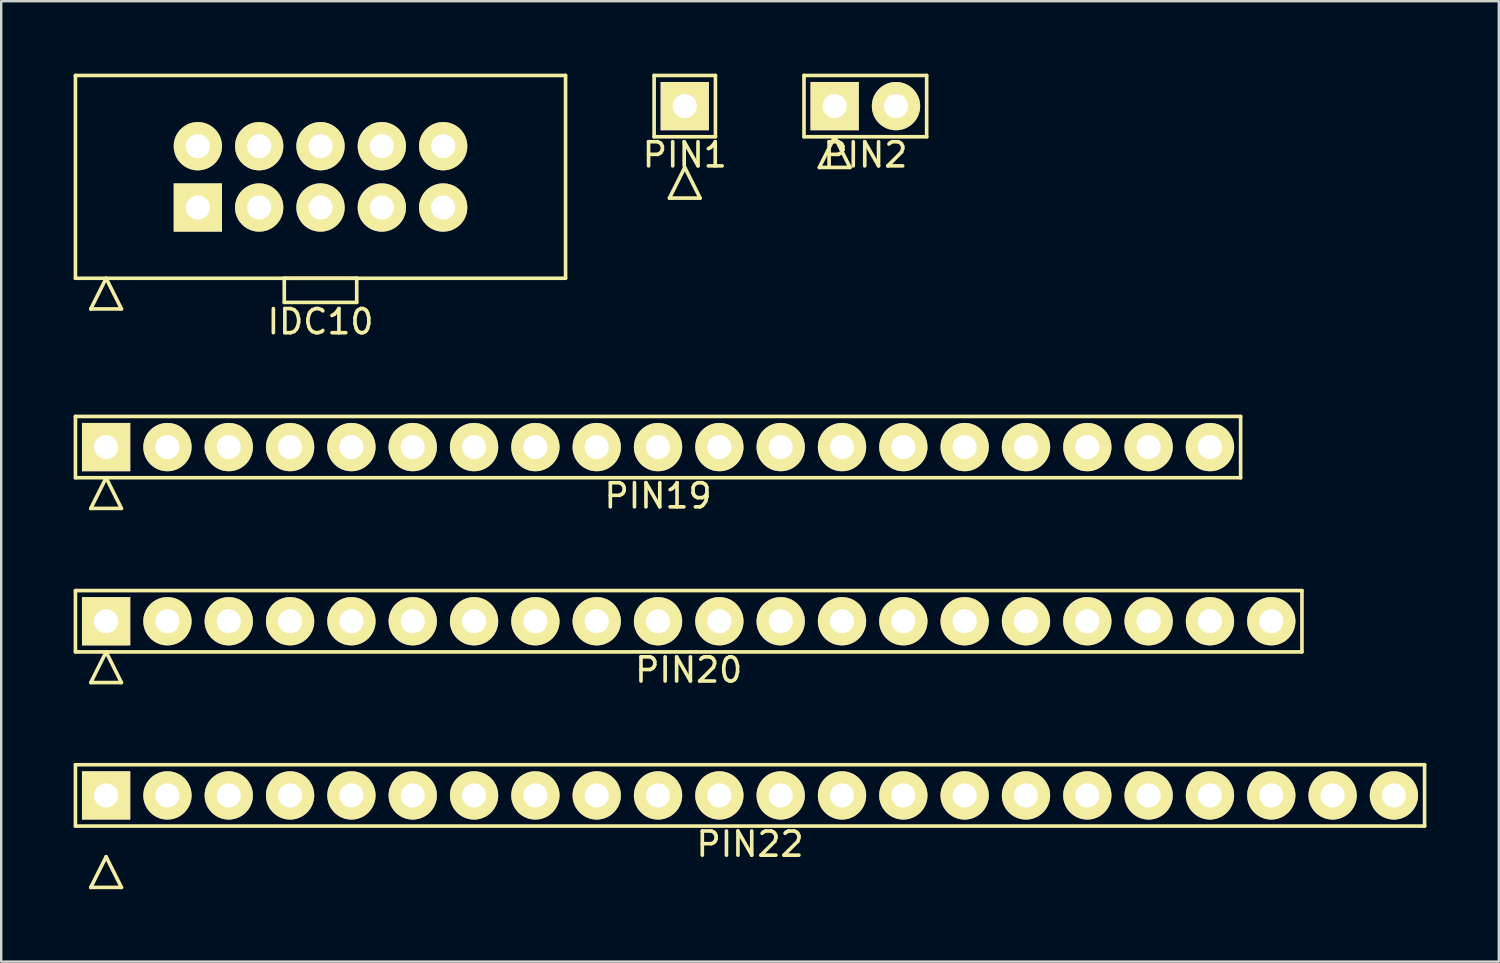
<source format=kicad_pcb>
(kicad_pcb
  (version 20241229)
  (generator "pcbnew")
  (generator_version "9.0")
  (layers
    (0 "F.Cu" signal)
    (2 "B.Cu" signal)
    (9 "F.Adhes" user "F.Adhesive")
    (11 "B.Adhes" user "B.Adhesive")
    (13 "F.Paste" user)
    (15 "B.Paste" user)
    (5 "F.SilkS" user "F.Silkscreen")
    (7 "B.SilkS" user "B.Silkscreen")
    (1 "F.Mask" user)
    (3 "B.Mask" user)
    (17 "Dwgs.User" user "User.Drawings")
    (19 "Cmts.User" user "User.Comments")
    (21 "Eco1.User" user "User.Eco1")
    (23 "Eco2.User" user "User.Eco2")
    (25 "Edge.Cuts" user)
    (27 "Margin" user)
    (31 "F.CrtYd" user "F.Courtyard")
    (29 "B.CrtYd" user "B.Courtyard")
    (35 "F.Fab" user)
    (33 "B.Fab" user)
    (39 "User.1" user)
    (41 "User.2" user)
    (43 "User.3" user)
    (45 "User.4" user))
  (footprint "PIN1"
    (layer "F.Cu")
    (at 25.313 1.345)
    (property "Reference" "PIN1" (at 0 2.02 0) (layer "F.SilkS") (effects (font (size 1 1) (thickness 0.15))))
    (attr through_hole)
    (fp_line (start -1.27 -1.27) (end -1.27 1.27) (stroke (width 0.15) (type solid)) (layer "F.SilkS"))
    (fp_line (start -1.27 1.27) (end 1.27 1.27) (stroke (width 0.15) (type solid)) (layer "F.SilkS"))
    (fp_line (start -0.635 3.81) (end 0 2.54) (stroke (width 0.15) (type solid)) (layer "F.SilkS"))
    (fp_line (start -0.635 3.81) (end 0.635 3.81) (stroke (width 0.15) (type solid)) (layer "F.SilkS"))
    (fp_line (start 0.635 3.81) (end 0 2.54) (stroke (width 0.15) (type solid)) (layer "F.SilkS"))
    (fp_line (start 1.27 -1.27) (end -1.27 -1.27) (stroke (width 0.15) (type solid)) (layer "F.SilkS"))
    (fp_line (start 1.27 1.27) (end 1.27 -1.27) (stroke (width 0.15) (type solid)) (layer "F.SilkS"))
    (pad "1" thru_hole rect (at 0 0) (size 2 2) (drill 1) (layers "*.Cu" "*.Mask" "F.SilkS")))
  (footprint "PIN20"
    (layer "F.Cu")
    (at 25.475 22.681)
    (property "Reference" "PIN20" (at 0 2.02 0) (layer "F.SilkS") (effects (font (size 1 1) (thickness 0.15))))
    (attr through_hole)
    (fp_line (start -25.4 -1.27) (end -25.4 1.27) (stroke (width 0.15) (type solid)) (layer "F.SilkS"))
    (fp_line (start -25.4 1.27) (end 25.4 1.27) (stroke (width 0.15) (type solid)) (layer "F.SilkS"))
    (fp_line (start -24.765 2.54) (end -24.13 1.27) (stroke (width 0.15) (type solid)) (layer "F.SilkS"))
    (fp_line (start -24.765 2.54) (end -23.495 2.54) (stroke (width 0.15) (type solid)) (layer "F.SilkS"))
    (fp_line (start -23.495 2.54) (end -24.13 1.27) (stroke (width 0.15) (type solid)) (layer "F.SilkS"))
    (fp_line (start 25.4 -1.27) (end -25.4 -1.27) (stroke (width 0.15) (type solid)) (layer "F.SilkS"))
    (fp_line (start 25.4 1.27) (end 25.4 -1.27) (stroke (width 0.15) (type solid)) (layer "F.SilkS"))
    (pad "1" thru_hole rect (at -24.13 0) (size 2 2) (drill 1) (layers "*.Cu" "*.Mask" "F.SilkS"))
    (pad "2" thru_hole circle (at -21.59 0) (size 2 2) (drill 1) (layers "*.Cu" "*.Mask" "F.SilkS"))
    (pad "3" thru_hole circle (at -19.05 0) (size 2 2) (drill 1) (layers "*.Cu" "*.Mask" "F.SilkS"))
    (pad "4" thru_hole circle (at -16.51 0) (size 2 2) (drill 1) (layers "*.Cu" "*.Mask" "F.SilkS"))
    (pad "5" thru_hole circle (at -13.97 0) (size 2 2) (drill 1) (layers "*.Cu" "*.Mask" "F.SilkS"))
    (pad "6" thru_hole circle (at -11.43 0) (size 2 2) (drill 1) (layers "*.Cu" "*.Mask" "F.SilkS"))
    (pad "7" thru_hole circle (at -8.89 0) (size 2 2) (drill 1) (layers "*.Cu" "*.Mask" "F.SilkS"))
    (pad "8" thru_hole circle (at -6.35 0) (size 2 2) (drill 1) (layers "*.Cu" "*.Mask" "F.SilkS"))
    (pad "9" thru_hole circle (at -3.81 0) (size 2 2) (drill 1) (layers "*.Cu" "*.Mask" "F.SilkS"))
    (pad "10" thru_hole circle (at -1.27 0) (size 2 2) (drill 1) (layers "*.Cu" "*.Mask" "F.SilkS"))
    (pad "11" thru_hole circle (at 1.27 0) (size 2 2) (drill 1) (layers "*.Cu" "*.Mask" "F.SilkS"))
    (pad "12" thru_hole circle (at 3.81 0) (size 2 2) (drill 1) (layers "*.Cu" "*.Mask" "F.SilkS"))
    (pad "13" thru_hole circle (at 6.35 0) (size 2 2) (drill 1) (layers "*.Cu" "*.Mask" "F.SilkS"))
    (pad "14" thru_hole circle (at 8.89 0) (size 2 2) (drill 1) (layers "*.Cu" "*.Mask" "F.SilkS"))
    (pad "15" thru_hole circle (at 11.43 0) (size 2 2) (drill 1) (layers "*.Cu" "*.Mask" "F.SilkS"))
    (pad "16" thru_hole circle (at 13.97 0) (size 2 2) (drill 1) (layers "*.Cu" "*.Mask" "F.SilkS"))
    (pad "17" thru_hole circle (at 16.51 0) (size 2 2) (drill 1) (layers "*.Cu" "*.Mask" "F.SilkS"))
    (pad "18" thru_hole circle (at 19.05 0) (size 2 2) (drill 1) (layers "*.Cu" "*.Mask" "F.SilkS"))
    (pad "19" thru_hole circle (at 21.59 0) (size 2 2) (drill 1) (layers "*.Cu" "*.Mask" "F.SilkS"))
    (pad "20" thru_hole circle (at 24.13 0) (size 2 2) (drill 1) (layers "*.Cu" "*.Mask" "F.SilkS")))
  (footprint "PIN2"
    (layer "F.Cu")
    (at 32.791 1.345)
    (property "Reference" "PIN2" (at 0 2.02 0) (layer "F.SilkS") (effects (font (size 1 1) (thickness 0.15))))
    (attr through_hole)
    (fp_line (start -2.54 -1.27) (end -2.54 1.27) (stroke (width 0.15) (type solid)) (layer "F.SilkS"))
    (fp_line (start -2.54 1.27) (end 2.54 1.27) (stroke (width 0.15) (type solid)) (layer "F.SilkS"))
    (fp_line (start -1.905 2.54) (end -1.27 1.27) (stroke (width 0.15) (type solid)) (layer "F.SilkS"))
    (fp_line (start -1.905 2.54) (end -0.635 2.54) (stroke (width 0.15) (type solid)) (layer "F.SilkS"))
    (fp_line (start -0.635 2.54) (end -1.27 1.27) (stroke (width 0.15) (type solid)) (layer "F.SilkS"))
    (fp_line (start 2.54 -1.27) (end -2.54 -1.27) (stroke (width 0.15) (type solid)) (layer "F.SilkS"))
    (fp_line (start 2.54 1.27) (end 2.54 -1.27) (stroke (width 0.15) (type solid)) (layer "F.SilkS"))
    (pad "1" thru_hole rect (at -1.27 0) (size 2 2) (drill 1) (layers "*.Cu" "*.Mask" "F.SilkS"))
    (pad "2" thru_hole circle (at 1.27 0) (size 2 2) (drill 1) (layers "*.Cu" "*.Mask" "F.SilkS")))
  (footprint "IDC10"
    (layer "F.Cu")
    (at 10.225 4.275)
    (property "Reference" "IDC10" (at 0 6 0) (layer "F.SilkS") (effects (font (size 1 1) (thickness 0.15))))
    (attr through_hole)
    (fp_line (start -10.15 -4.2) (end -10.15 4.2) (stroke (width 0.15) (type solid)) (layer "F.SilkS"))
    (fp_line (start -10.15 4.2) (end 10.15 4.2) (stroke (width 0.15) (type solid)) (layer "F.SilkS"))
    (fp_line (start -9.515 5.47) (end -8.88 4.2) (stroke (width 0.15) (type solid)) (layer "F.SilkS"))
    (fp_line (start -9.515 5.47) (end -8.245 5.47) (stroke (width 0.15) (type solid)) (layer "F.SilkS"))
    (fp_line (start -8.245 5.47) (end -8.88 4.2) (stroke (width 0.15) (type solid)) (layer "F.SilkS"))
    (fp_line (start -1.5 4.2) (end -1.5 5.2) (stroke (width 0.15) (type solid)) (layer "F.SilkS"))
    (fp_line (start -1.5 5.2) (end 1.5 5.2) (stroke (width 0.15) (type solid)) (layer "F.SilkS"))
    (fp_line (start 1.5 4.2) (end -1.5 4.2) (stroke (width 0.15) (type solid)) (layer "F.SilkS"))
    (fp_line (start 1.5 5.2) (end 1.5 4.2) (stroke (width 0.15) (type solid)) (layer "F.SilkS"))
    (fp_line (start 10.15 -4.2) (end -10.15 -4.2) (stroke (width 0.15) (type solid)) (layer "F.SilkS"))
    (fp_line (start 10.15 4.2) (end 10.15 -4.2) (stroke (width 0.15) (type solid)) (layer "F.SilkS"))
    (pad "1" thru_hole rect (at -5.08 1.27) (size 2 2) (drill 1) (layers "*.Cu" "*.Mask" "F.SilkS"))
    (pad "2" thru_hole circle (at -5.08 -1.27) (size 2 2) (drill 1) (layers "*.Cu" "*.Mask" "F.SilkS"))
    (pad "3" thru_hole circle (at -2.54 1.27) (size 2 2) (drill 1) (layers "*.Cu" "*.Mask" "F.SilkS"))
    (pad "4" thru_hole circle (at -2.54 -1.27) (size 2 2) (drill 1) (layers "*.Cu" "*.Mask" "F.SilkS"))
    (pad "5" thru_hole circle (at 0 1.27) (size 2 2) (drill 1) (layers "*.Cu" "*.Mask" "F.SilkS"))
    (pad "6" thru_hole circle (at 0 -1.27) (size 2 2) (drill 1) (layers "*.Cu" "*.Mask" "F.SilkS"))
    (pad "7" thru_hole circle (at 2.54 1.27) (size 2 2) (drill 1) (layers "*.Cu" "*.Mask" "F.SilkS"))
    (pad "8" thru_hole circle (at 2.54 -1.27) (size 2 2) (drill 1) (layers "*.Cu" "*.Mask" "F.SilkS"))
    (pad "9" thru_hole circle (at 5.08 1.27) (size 2 2) (drill 1) (layers "*.Cu" "*.Mask" "F.SilkS"))
    (pad "10" thru_hole circle (at 5.08 -1.27) (size 2 2) (drill 1) (layers "*.Cu" "*.Mask" "F.SilkS")))
  (footprint "PIN19"
    (layer "F.Cu")
    (at 24.205 15.468)
    (property "Reference" "PIN19" (at 0 2.02 0) (layer "F.SilkS") (effects (font (size 1 1) (thickness 0.15))))
    (attr through_hole)
    (fp_line (start -24.13 -1.27) (end -24.13 1.27) (stroke (width 0.15) (type solid)) (layer "F.SilkS"))
    (fp_line (start -24.13 1.27) (end 24.13 1.27) (stroke (width 0.15) (type solid)) (layer "F.SilkS"))
    (fp_line (start -23.495 2.54) (end -22.86 1.27) (stroke (width 0.15) (type solid)) (layer "F.SilkS"))
    (fp_line (start -23.495 2.54) (end -22.225 2.54) (stroke (width 0.15) (type solid)) (layer "F.SilkS"))
    (fp_line (start -22.225 2.54) (end -22.86 1.27) (stroke (width 0.15) (type solid)) (layer "F.SilkS"))
    (fp_line (start 24.13 -1.27) (end -24.13 -1.27) (stroke (width 0.15) (type solid)) (layer "F.SilkS"))
    (fp_line (start 24.13 1.27) (end 24.13 -1.27) (stroke (width 0.15) (type solid)) (layer "F.SilkS"))
    (pad "1" thru_hole rect (at -22.86 0) (size 2 2) (drill 1) (layers "*.Cu" "*.Mask" "F.SilkS"))
    (pad "2" thru_hole circle (at -20.32 0) (size 2 2) (drill 1) (layers "*.Cu" "*.Mask" "F.SilkS"))
    (pad "3" thru_hole circle (at -17.78 0) (size 2 2) (drill 1) (layers "*.Cu" "*.Mask" "F.SilkS"))
    (pad "4" thru_hole circle (at -15.24 0) (size 2 2) (drill 1) (layers "*.Cu" "*.Mask" "F.SilkS"))
    (pad "5" thru_hole circle (at -12.7 0) (size 2 2) (drill 1) (layers "*.Cu" "*.Mask" "F.SilkS"))
    (pad "6" thru_hole circle (at -10.16 0) (size 2 2) (drill 1) (layers "*.Cu" "*.Mask" "F.SilkS"))
    (pad "7" thru_hole circle (at -7.62 0) (size 2 2) (drill 1) (layers "*.Cu" "*.Mask" "F.SilkS"))
    (pad "8" thru_hole circle (at -5.08 0) (size 2 2) (drill 1) (layers "*.Cu" "*.Mask" "F.SilkS"))
    (pad "9" thru_hole circle (at -2.54 0) (size 2 2) (drill 1) (layers "*.Cu" "*.Mask" "F.SilkS"))
    (pad "10" thru_hole circle (at 0 0) (size 2 2) (drill 1) (layers "*.Cu" "*.Mask" "F.SilkS"))
    (pad "11" thru_hole circle (at 2.54 0) (size 2 2) (drill 1) (layers "*.Cu" "*.Mask" "F.SilkS"))
    (pad "12" thru_hole circle (at 5.08 0) (size 2 2) (drill 1) (layers "*.Cu" "*.Mask" "F.SilkS"))
    (pad "13" thru_hole circle (at 7.62 0) (size 2 2) (drill 1) (layers "*.Cu" "*.Mask" "F.SilkS"))
    (pad "14" thru_hole circle (at 10.16 0) (size 2 2) (drill 1) (layers "*.Cu" "*.Mask" "F.SilkS"))
    (pad "15" thru_hole circle (at 12.7 0) (size 2 2) (drill 1) (layers "*.Cu" "*.Mask" "F.SilkS"))
    (pad "16" thru_hole circle (at 15.24 0) (size 2 2) (drill 1) (layers "*.Cu" "*.Mask" "F.SilkS"))
    (pad "17" thru_hole circle (at 17.78 0) (size 2 2) (drill 1) (layers "*.Cu" "*.Mask" "F.SilkS"))
    (pad "18" thru_hole circle (at 20.32 0) (size 2 2) (drill 1) (layers "*.Cu" "*.Mask" "F.SilkS"))
    (pad "19" thru_hole circle (at 22.86 0) (size 2 2) (drill 1) (layers "*.Cu" "*.Mask" "F.SilkS")))
  (footprint "PIN22"
    (layer "F.Cu")
    (at 28.015 29.895)
    (property "Reference" "PIN22" (at 0 2.02 0) (layer "F.SilkS") (effects (font (size 1 1) (thickness 0.15))))
    (attr through_hole)
    (fp_line (start -27.94 -1.27) (end -27.94 1.27) (stroke (width 0.15) (type solid)) (layer "F.SilkS"))
    (fp_line (start -27.94 1.27) (end 27.94 1.27) (stroke (width 0.15) (type solid)) (layer "F.SilkS"))
    (fp_line (start -27.305 3.81) (end -26.67 2.54) (stroke (width 0.15) (type solid)) (layer "F.SilkS"))
    (fp_line (start -27.305 3.81) (end -26.035 3.81) (stroke (width 0.15) (type solid)) (layer "F.SilkS"))
    (fp_line (start -26.035 3.81) (end -26.67 2.54) (stroke (width 0.15) (type solid)) (layer "F.SilkS"))
    (fp_line (start 27.94 -1.27) (end -27.94 -1.27) (stroke (width 0.15) (type solid)) (layer "F.SilkS"))
    (fp_line (start 27.94 1.27) (end 27.94 -1.27) (stroke (width 0.15) (type solid)) (layer "F.SilkS"))
    (pad "1" thru_hole rect (at -26.67 0) (size 2 2) (drill 1) (layers "*.Cu" "*.Mask" "F.SilkS"))
    (pad "2" thru_hole circle (at -24.13 0) (size 2 2) (drill 1) (layers "*.Cu" "*.Mask" "F.SilkS"))
    (pad "3" thru_hole circle (at -21.59 0) (size 2 2) (drill 1) (layers "*.Cu" "*.Mask" "F.SilkS"))
    (pad "4" thru_hole circle (at -19.05 0) (size 2 2) (drill 1) (layers "*.Cu" "*.Mask" "F.SilkS"))
    (pad "5" thru_hole circle (at -16.51 0) (size 2 2) (drill 1) (layers "*.Cu" "*.Mask" "F.SilkS"))
    (pad "6" thru_hole circle (at -13.97 0) (size 2 2) (drill 1) (layers "*.Cu" "*.Mask" "F.SilkS"))
    (pad "7" thru_hole circle (at -11.43 0) (size 2 2) (drill 1) (layers "*.Cu" "*.Mask" "F.SilkS"))
    (pad "8" thru_hole circle (at -8.89 0) (size 2 2) (drill 1) (layers "*.Cu" "*.Mask" "F.SilkS"))
    (pad "9" thru_hole circle (at -6.35 0) (size 2 2) (drill 1) (layers "*.Cu" "*.Mask" "F.SilkS"))
    (pad "10" thru_hole circle (at -3.81 0) (size 2 2) (drill 1) (layers "*.Cu" "*.Mask" "F.SilkS"))
    (pad "11" thru_hole circle (at -1.27 0) (size 2 2) (drill 1) (layers "*.Cu" "*.Mask" "F.SilkS"))
    (pad "12" thru_hole circle (at 1.27 0) (size 2 2) (drill 1) (layers "*.Cu" "*.Mask" "F.SilkS"))
    (pad "13" thru_hole circle (at 3.81 0) (size 2 2) (drill 1) (layers "*.Cu" "*.Mask" "F.SilkS"))
    (pad "14" thru_hole circle (at 6.35 0) (size 2 2) (drill 1) (layers "*.Cu" "*.Mask" "F.SilkS"))
    (pad "15" thru_hole circle (at 8.89 0) (size 2 2) (drill 1) (layers "*.Cu" "*.Mask" "F.SilkS"))
    (pad "16" thru_hole circle (at 11.43 0) (size 2 2) (drill 1) (layers "*.Cu" "*.Mask" "F.SilkS"))
    (pad "17" thru_hole circle (at 13.97 0) (size 2 2) (drill 1) (layers "*.Cu" "*.Mask" "F.SilkS"))
    (pad "18" thru_hole circle (at 16.51 0) (size 2 2) (drill 1) (layers "*.Cu" "*.Mask" "F.SilkS"))
    (pad "19" thru_hole circle (at 19.05 0) (size 2 2) (drill 1) (layers "*.Cu" "*.Mask" "F.SilkS"))
    (pad "20" thru_hole circle (at 21.59 0) (size 2 2) (drill 1) (layers "*.Cu" "*.Mask" "F.SilkS"))
    (pad "21" thru_hole circle (at 24.13 0) (size 2 2) (drill 1) (layers "*.Cu" "*.Mask" "F.SilkS"))
    (pad "22" thru_hole circle (at 26.67 0) (size 2 2) (drill 1) (layers "*.Cu" "*.Mask" "F.SilkS")))
  (gr_rect
    (start -3 -3)
    (end 59.03 36.78)
    (stroke (width 0.1) (type default))
    (fill no)
    (layer "Edge.Cuts")))
</source>
